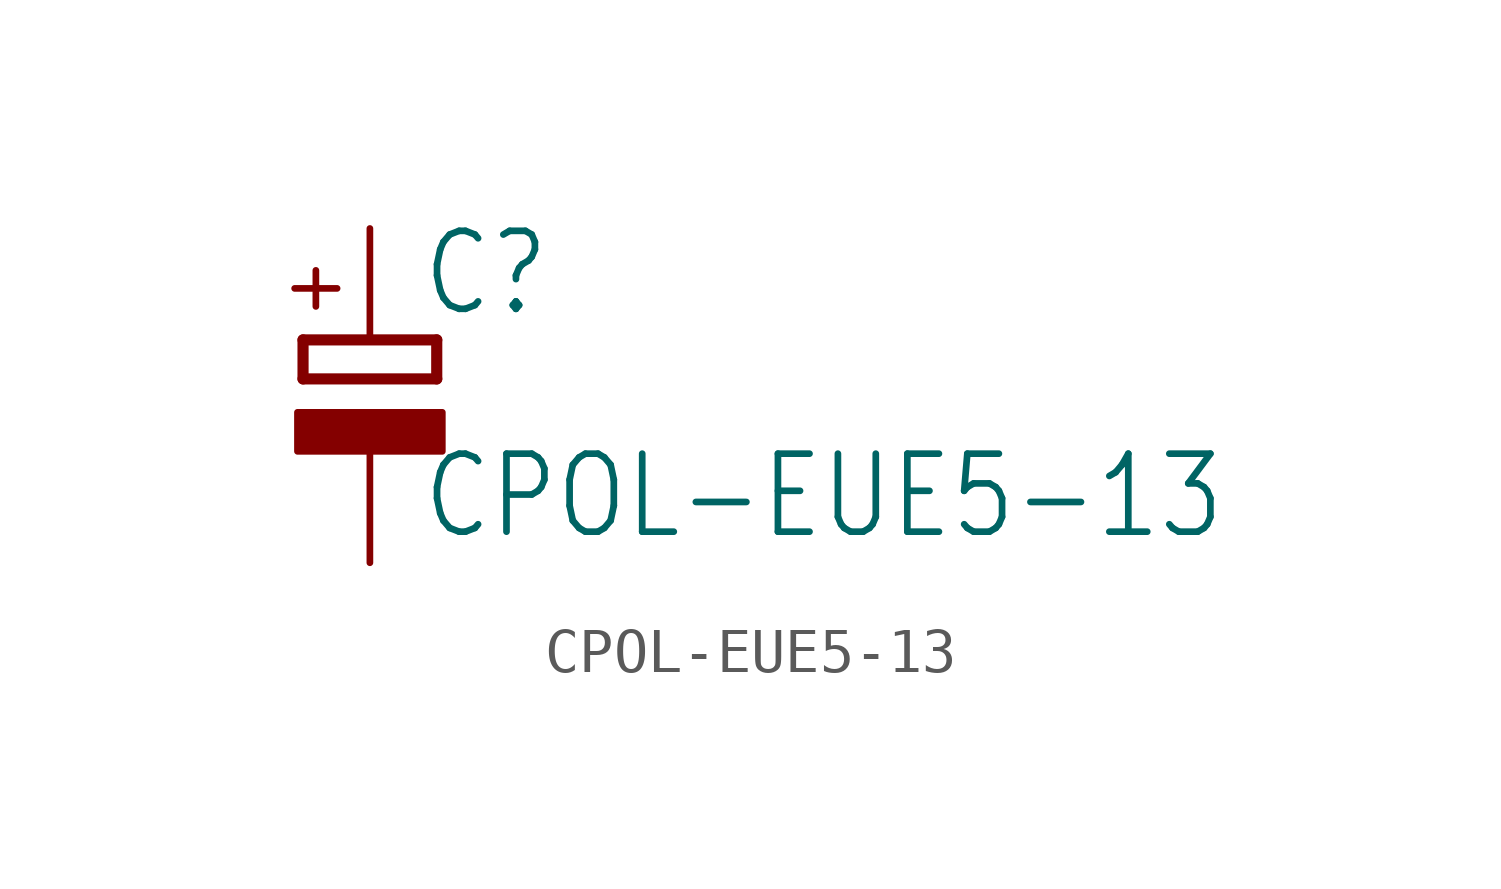
<source format=kicad_sym>
(kicad_symbol_lib
  (version 20211014)
  (generator kicad_symbol_editor)
  (symbol "CPOL-EUE5-13"
    (property "Reference" "C"
      (at 1.143 0.483 0)
      (effects (font (size 1.778 1.511)) (justify left bottom)))
    (property "Value" "CPOL-EUE5-13"
      (at 1.143 -4.597 0)
      (effects (font (size 1.778 1.511)) (justify left bottom)))
    (property "ki_locked" ""
      (at 0 0 0)
      (effects (font (size 1.27 1.27))))
    (symbol "CPOL-EUE5-13_1_0"
      (rectangle (start -1.651 -2.54) (end 1.651 -1.651) (stroke (width 0) (type default) (color 0 0 0 0)) (fill (type outline)))
      (polyline (pts (xy -1.524 -0.889) (xy 1.524 -0.889)) (stroke (width 0.254) (type default) (color 0 0 0 0)) (fill (type none)))
      (polyline (pts (xy -1.524 0) (xy -1.524 -0.889)) (stroke (width 0.254) (type default) (color 0 0 0 0)) (fill (type none)))
      (polyline (pts (xy -1.524 0) (xy 1.524 0)) (stroke (width 0.254) (type default) (color 0 0 0 0)) (fill (type none)))
      (polyline (pts (xy 1.524 -0.889) (xy 1.524 0)) (stroke (width 0.254) (type default) (color 0 0 0 0)) (fill (type none)))
      (text "+" (at -0.584 0.406 900) (effects (font (size 1.27 1.079)) (justify left bottom)))
      (pin passive line (at 0 2.54 270) (length 2.54) (name "+" (effects (font (size 0 0)))) (number "+" (effects (font (size 0 0)))))
      (pin passive line (at 0 -5.08 90) (length 2.54) (name "-" (effects (font (size 0 0)))) (number "-" (effects (font (size 0 0))))))))
</source>
